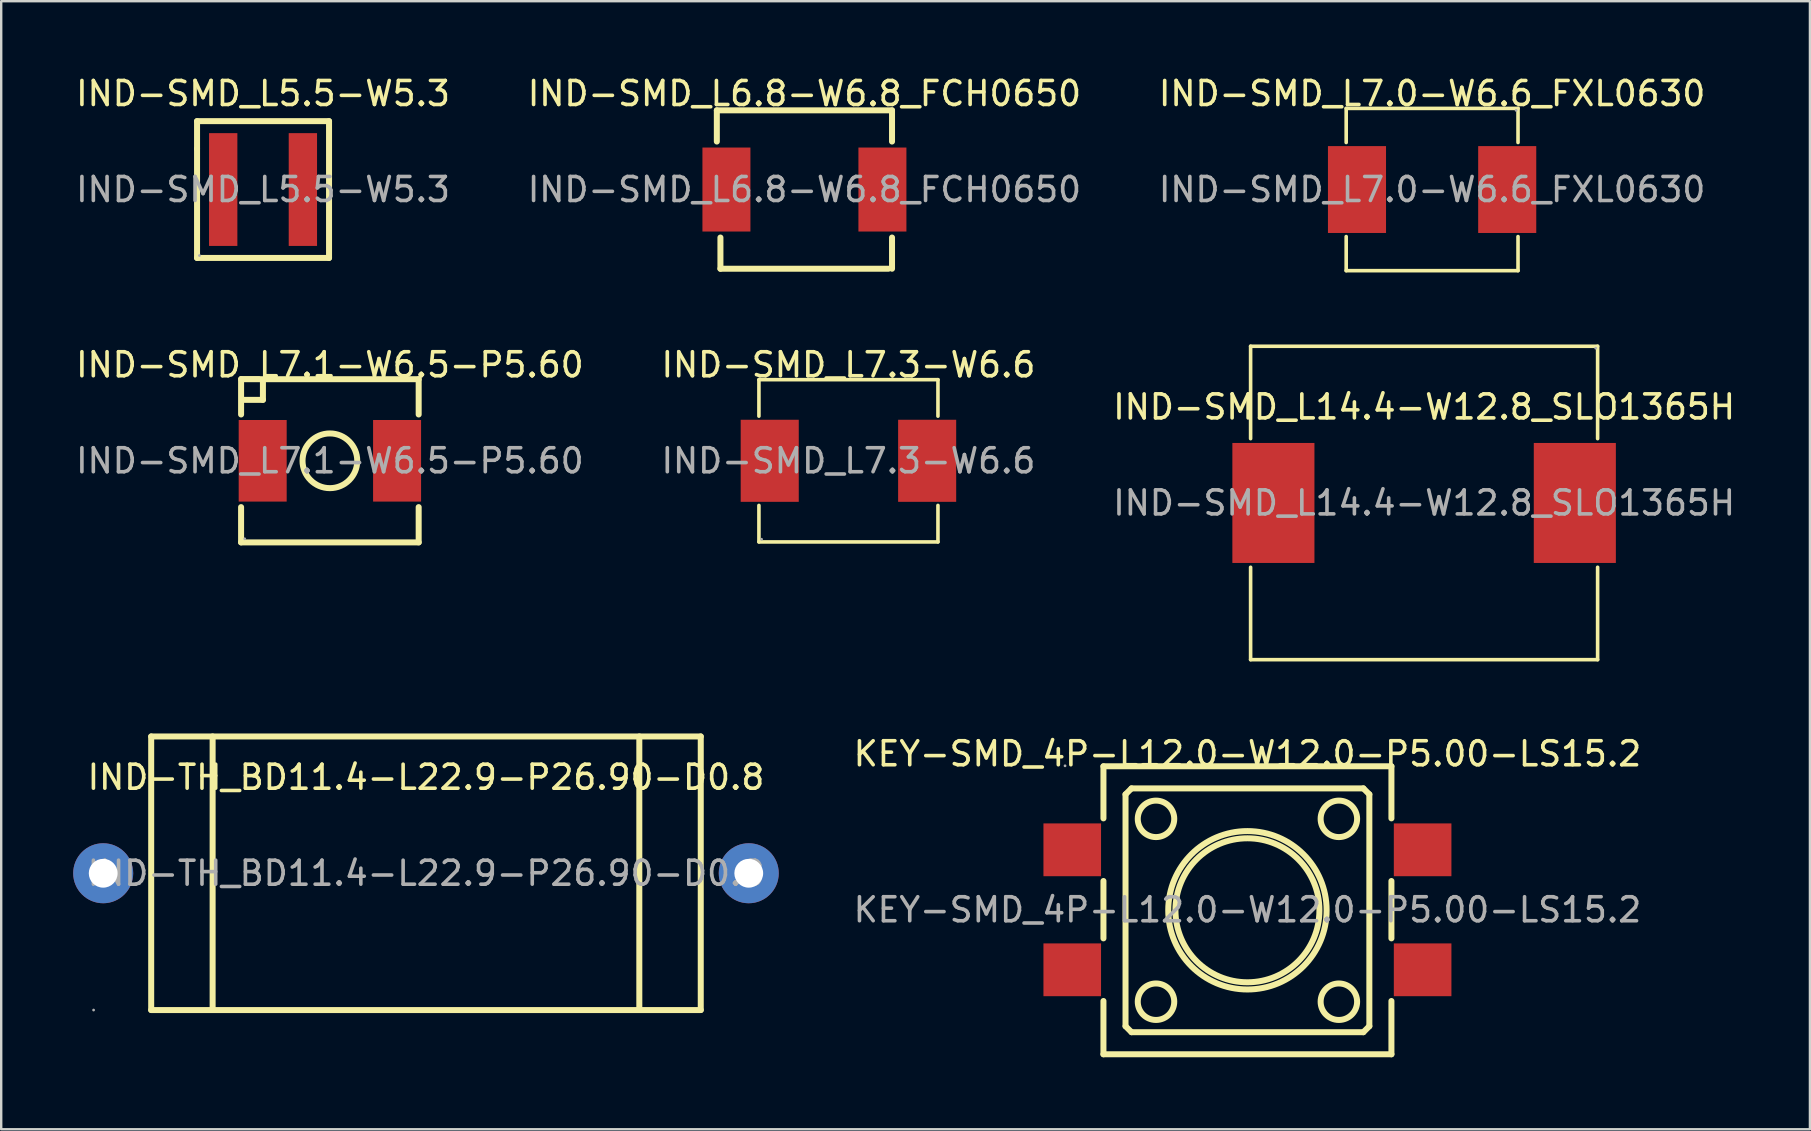
<source format=kicad_pcb>
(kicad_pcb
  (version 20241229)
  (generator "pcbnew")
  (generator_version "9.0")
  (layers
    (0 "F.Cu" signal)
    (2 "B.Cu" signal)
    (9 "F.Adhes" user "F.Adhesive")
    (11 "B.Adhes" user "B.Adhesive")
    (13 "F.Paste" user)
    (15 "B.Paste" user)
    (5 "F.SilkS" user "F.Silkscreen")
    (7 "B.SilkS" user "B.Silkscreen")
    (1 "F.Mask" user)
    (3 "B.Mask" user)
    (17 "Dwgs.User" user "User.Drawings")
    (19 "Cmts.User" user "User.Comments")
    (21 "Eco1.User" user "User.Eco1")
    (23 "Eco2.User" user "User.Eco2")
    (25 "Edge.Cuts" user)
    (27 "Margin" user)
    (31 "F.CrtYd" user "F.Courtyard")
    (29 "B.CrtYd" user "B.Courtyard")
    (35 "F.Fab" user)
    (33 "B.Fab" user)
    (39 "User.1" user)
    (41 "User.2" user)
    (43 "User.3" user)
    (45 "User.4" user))
  (footprint "KEY-SMD_4P-L12.0-W12.0-P5.00-LS15.2"
    (layer "F.Cu")
    (at 48.93 34.861)
    (property "Reference" "KEY-SMD_4P-L12.0-W12.0-P5.00-LS15.2" (at 0 -6.5 0) (layer "F.SilkS") (effects (font (size 1 1) (thickness 0.15))))
    (attr smd)
    (fp_line (start -6 -5.98) (end -6 -3.81) (stroke (width 0.25) (type solid)) (layer "F.SilkS"))
    (fp_line (start -6 -5.98) (end 6 -5.98) (stroke (width 0.25) (type solid)) (layer "F.SilkS"))
    (fp_line (start -6 -1.2) (end -6 1.19) (stroke (width 0.25) (type solid)) (layer "F.SilkS"))
    (fp_line (start -6 3.8) (end -6 6.02) (stroke (width 0.25) (type solid)) (layer "F.SilkS"))
    (fp_line (start -5.08 -4.81) (end -4.83 -5.06) (stroke (width 0.25) (type solid)) (layer "F.SilkS"))
    (fp_line (start -5.08 4.85) (end -5.08 -4.81) (stroke (width 0.25) (type solid)) (layer "F.SilkS"))
    (fp_line (start -4.83 -5.06) (end 4.83 -5.06) (stroke (width 0.25) (type solid)) (layer "F.SilkS"))
    (fp_line (start -4.83 5.1) (end -5.08 4.85) (stroke (width 0.25) (type solid)) (layer "F.SilkS"))
    (fp_line (start 4.83 -5.06) (end 5.08 -4.81) (stroke (width 0.25) (type solid)) (layer "F.SilkS"))
    (fp_line (start 4.83 5.1) (end -4.83 5.1) (stroke (width 0.25) (type solid)) (layer "F.SilkS"))
    (fp_line (start 5.08 -4.81) (end 5.08 4.85) (stroke (width 0.25) (type solid)) (layer "F.SilkS"))
    (fp_line (start 5.08 4.85) (end 4.83 5.1) (stroke (width 0.25) (type solid)) (layer "F.SilkS"))
    (fp_line (start 6 -5.98) (end 6 -3.81) (stroke (width 0.25) (type solid)) (layer "F.SilkS"))
    (fp_line (start 6 -1.2) (end 6 1.19) (stroke (width 0.25) (type solid)) (layer "F.SilkS"))
    (fp_line (start 6 3.8) (end 6 6.02) (stroke (width 0.25) (type solid)) (layer "F.SilkS"))
    (fp_line (start 6 6.02) (end -6 6.02) (stroke (width 0.25) (type solid)) (layer "F.SilkS"))
    (fp_circle (center -3.81 -3.79) (end -3.05 -3.79) (stroke (width 0.25) (type solid)) (fill no) (layer "F.SilkS"))
    (fp_circle (center -3.81 3.83) (end -3.05 3.83) (stroke (width 0.25) (type solid)) (fill no) (layer "F.SilkS"))
    (fp_circle (center 0 0.02) (end 3 0.02) (stroke (width 0.25) (type solid)) (fill no) (layer "F.SilkS"))
    (fp_circle (center 0 0.02) (end 3.3 0.02) (stroke (width 0.25) (type solid)) (fill no) (layer "F.SilkS"))
    (fp_circle (center 3.81 -3.79) (end 4.57 -3.79) (stroke (width 0.25) (type solid)) (fill no) (layer "F.SilkS"))
    (fp_circle (center 3.81 3.83) (end 4.57 3.83) (stroke (width 0.25) (type solid)) (fill no) (layer "F.SilkS"))
    (fp_circle (center -7.6 -6) (end -7.57 -6) (stroke (width 0.06) (type solid)) (fill no) (layer "F.Fab"))
    (fp_text user "${REFERENCE}" (at 0 0 0) (layer "F.Fab") (effects (font (size 1 1) (thickness 0.15))))
    (pad "1" smd rect (at -7.3 -2.5) (size 2.4 2.2) (layers "F.Cu" "F.Mask" "F.Paste"))
    (pad "2" smd rect (at 7.3 -2.5) (size 2.4 2.2) (layers "F.Cu" "F.Mask" "F.Paste"))
    (pad "3" smd rect (at -7.3 2.5) (size 2.4 2.2) (layers "F.Cu" "F.Mask" "F.Paste"))
    (pad "4" smd rect (at 7.3 2.5) (size 2.4 2.2) (layers "F.Cu" "F.Mask" "F.Paste")))
  (footprint "IND-SMD_L7.3-W6.6"
    (layer "F.Cu")
    (at 32.304 16.151)
    (property "Reference" "IND-SMD_L7.3-W6.6" (at 0 -4 0) (layer "F.SilkS") (effects (font (size 1 1) (thickness 0.15))))
    (attr smd)
    (fp_line (start -3.73 -3.38) (end 3.73 -3.38) (stroke (width 0.15) (type solid)) (layer "F.SilkS"))
    (fp_line (start -3.73 -1.86) (end -3.73 -3.38) (stroke (width 0.15) (type solid)) (layer "F.SilkS"))
    (fp_line (start -3.73 1.86) (end -3.73 3.38) (stroke (width 0.15) (type solid)) (layer "F.SilkS"))
    (fp_line (start -3.73 3.38) (end 3.73 3.38) (stroke (width 0.15) (type solid)) (layer "F.SilkS"))
    (fp_line (start 3.73 -3.38) (end 3.73 -1.86) (stroke (width 0.15) (type solid)) (layer "F.SilkS"))
    (fp_line (start 3.73 3.38) (end 3.73 1.86) (stroke (width 0.15) (type solid)) (layer "F.SilkS"))
    (fp_circle (center -3.62 3.27) (end -3.59 3.27) (stroke (width 0.06) (type solid)) (fill no) (layer "F.Fab"))
    (fp_text user "${REFERENCE}" (at 0 0 0) (layer "F.Fab") (effects (font (size 1 1) (thickness 0.15))))
    (pad "1" smd rect (at 3.28 0) (size 2.42 3.42) (layers "F.Cu" "F.Mask" "F.Paste"))
    (pad "2" smd rect (at -3.28 0) (size 2.42 3.42) (layers "F.Cu" "F.Mask" "F.Paste")))
  (footprint "IND-SMD_L14.4-W12.8_SLO1365H"
    (layer "F.Cu")
    (at 56.292 17.908)
    (property "Reference" "IND-SMD_L14.4-W12.8_SLO1365H" (at 0 -4 0) (layer "F.SilkS") (effects (font (size 1 1) (thickness 0.15))))
    (attr smd)
    (fp_line (start -7.23 -6.53) (end 7.23 -6.53) (stroke (width 0.15) (type solid)) (layer "F.SilkS"))
    (fp_line (start -7.23 -2.68) (end -7.23 -6.53) (stroke (width 0.15) (type solid)) (layer "F.SilkS"))
    (fp_line (start -7.23 6.53) (end -7.23 2.68) (stroke (width 0.15) (type solid)) (layer "F.SilkS"))
    (fp_line (start -7.23 6.53) (end 7.23 6.53) (stroke (width 0.15) (type solid)) (layer "F.SilkS"))
    (fp_line (start 7.23 -6.53) (end 7.23 -2.68) (stroke (width 0.15) (type solid)) (layer "F.SilkS"))
    (fp_line (start 7.23 2.68) (end 7.23 6.53) (stroke (width 0.15) (type solid)) (layer "F.SilkS"))
    (fp_circle (center 7.15 -6.45) (end 7.18 -6.45) (stroke (width 0.06) (type solid)) (fill no) (layer "F.Fab"))
    (fp_text user "${REFERENCE}" (at 0 0 0) (layer "F.Fab") (effects (font (size 1 1) (thickness 0.15))))
    (pad "1" smd rect (at 6.28 0) (size 3.42 5) (layers "F.Cu" "F.Mask" "F.Paste"))
    (pad "2" smd rect (at -6.28 0) (size 3.42 5) (layers "F.Cu" "F.Mask" "F.Paste")))
  (footprint "IND-SMD_L7.0-W6.6_FXL0630"
    (layer "F.Cu")
    (at 56.625 4.848)
    (property "Reference" "IND-SMD_L7.0-W6.6_FXL0630" (at 0 -4 0) (layer "F.SilkS") (effects (font (size 1 1) (thickness 0.15))))
    (attr smd)
    (fp_line (start -3.58 -3.38) (end 3.58 -3.38) (stroke (width 0.15) (type solid)) (layer "F.SilkS"))
    (fp_line (start -3.58 -1.96) (end -3.58 -3.38) (stroke (width 0.15) (type solid)) (layer "F.SilkS"))
    (fp_line (start -3.58 1.96) (end -3.58 3.38) (stroke (width 0.15) (type solid)) (layer "F.SilkS"))
    (fp_line (start -3.58 3.38) (end 3.58 3.38) (stroke (width 0.15) (type solid)) (layer "F.SilkS"))
    (fp_line (start 3.58 -3.38) (end 3.58 -1.96) (stroke (width 0.15) (type solid)) (layer "F.SilkS"))
    (fp_line (start 3.58 3.38) (end 3.58 1.96) (stroke (width 0.15) (type solid)) (layer "F.SilkS"))
    (fp_circle (center 3.5 -3.3) (end 3.53 -3.3) (stroke (width 0.06) (type solid)) (fill no) (layer "F.Fab"))
    (fp_text user "${REFERENCE}" (at 0 0 0) (layer "F.Fab") (effects (font (size 1 1) (thickness 0.15))))
    (pad "1" smd rect (at 3.13 0) (size 2.42 3.62) (layers "F.Cu" "F.Mask" "F.Paste"))
    (pad "2" smd rect (at -3.13 0) (size 2.42 3.62) (layers "F.Cu" "F.Mask" "F.Paste")))
  (footprint "IND-SMD_L5.5-W5.3"
    (layer "F.Cu")
    (at 7.911 4.848)
    (property "Reference" "IND-SMD_L5.5-W5.3" (at 0 -4 0) (layer "F.SilkS") (effects (font (size 1 1) (thickness 0.15))))
    (attr smd)
    (fp_line (start -2.75 -2.85) (end -2.75 -1.7) (stroke (width 0.25) (type solid)) (layer "F.SilkS"))
    (fp_line (start -2.75 -1.7) (end -2.75 2.85) (stroke (width 0.25) (type solid)) (layer "F.SilkS"))
    (fp_line (start -2.75 2.85) (end 2.75 2.85) (stroke (width 0.25) (type solid)) (layer "F.SilkS"))
    (fp_line (start 2.75 -2.85) (end -2.75 -2.85) (stroke (width 0.25) (type solid)) (layer "F.SilkS"))
    (fp_line (start 2.75 2.85) (end 2.75 -2.85) (stroke (width 0.25) (type solid)) (layer "F.SilkS"))
    (fp_circle (center -2.65 2.75) (end -2.62 2.75) (stroke (width 0.06) (type solid)) (fill no) (layer "F.Fab"))
    (fp_text user "${REFERENCE}" (at 0 0 0) (layer "F.Fab") (effects (font (size 1 1) (thickness 0.15))))
    (pad "1" smd rect (at -1.66 0) (size 1.18 4.7) (layers "F.Cu" "F.Mask" "F.Paste"))
    (pad "2" smd rect (at 1.66 0) (size 1.18 4.7) (layers "F.Cu" "F.Mask" "F.Paste")))
  (footprint "IND-TH_BD11.4-L22.9-P26.90-D0.8"
    (layer "F.Cu")
    (at 14.7 33.338)
    (property "Reference" "IND-TH_BD11.4-L22.9-P26.90-D0.8" (at 0 -4 0) (layer "F.SilkS") (effects (font (size 1 1) (thickness 0.15))))
    (attr through_hole)
    (fp_line (start -11.45 -5.7) (end 11.45 -5.7) (stroke (width 0.25) (type solid)) (layer "F.SilkS"))
    (fp_line (start -11.45 5.7) (end -11.45 -5.7) (stroke (width 0.25) (type solid)) (layer "F.SilkS"))
    (fp_line (start -8.89 5.7) (end -8.89 -5.7) (stroke (width 0.25) (type solid)) (layer "F.SilkS"))
    (fp_line (start 8.89 5.7) (end 8.89 -5.7) (stroke (width 0.25) (type solid)) (layer "F.SilkS"))
    (fp_line (start 11.45 -5.7) (end 11.45 5.7) (stroke (width 0.25) (type solid)) (layer "F.SilkS"))
    (fp_line (start 11.45 5.7) (end -11.45 5.7) (stroke (width 0.25) (type solid)) (layer "F.SilkS"))
    (fp_circle (center -13.85 5.7) (end -13.82 5.7) (stroke (width 0.06) (type solid)) (fill no) (layer "F.Fab"))
    (fp_circle (center -13.45 0) (end -13.25 0) (stroke (width 0.4) (type solid)) (fill no) (layer "F.Fab"))
    (fp_circle (center 13.45 0) (end 13.65 0) (stroke (width 0.4) (type solid)) (fill no) (layer "F.Fab"))
    (fp_text user "${REFERENCE}" (at 0 0 0) (layer "F.Fab") (effects (font (size 1 1) (thickness 0.15))))
    (pad "1" thru_hole circle (at -13.45 0) (size 2.5 2.5) (drill 1.2) (layers "*.Cu" "*.Mask"))
    (pad "2" thru_hole circle (at 13.45 0) (size 2.5 2.5) (drill 1.2) (layers "*.Cu" "*.Mask")))
  (footprint "IND-SMD_L6.8-W6.8_FCH0650"
    (layer "F.Cu")
    (at 30.47 4.848)
    (property "Reference" "IND-SMD_L6.8-W6.8_FCH0650" (at 0 -4 0) (layer "F.SilkS") (effects (font (size 1 1) (thickness 0.15))))
    (attr smd)
    (fp_line (start -3.65 -3.3) (end 3.65 -3.3) (stroke (width 0.25) (type solid)) (layer "F.SilkS"))
    (fp_line (start -3.65 -2) (end -3.65 -3.3) (stroke (width 0.25) (type solid)) (layer "F.SilkS"))
    (fp_line (start -3.5 3.3) (end -3.5 2) (stroke (width 0.25) (type solid)) (layer "F.SilkS"))
    (fp_line (start -3.5 3.3) (end 3.5 3.3) (stroke (width 0.25) (type solid)) (layer "F.SilkS"))
    (fp_line (start 3.65 -3.3) (end 3.65 -2) (stroke (width 0.25) (type solid)) (layer "F.SilkS"))
    (fp_line (start 3.65 2) (end 3.65 3.3) (stroke (width 0.25) (type solid)) (layer "F.SilkS"))
    (fp_text user "${REFERENCE}" (at 0 0 0) (layer "F.Fab") (effects (font (size 1 1) (thickness 0.15))))
    (pad "1" smd rect (at -3.25 0) (size 2 3.5) (layers "F.Cu" "F.Mask" "F.Paste"))
    (pad "2" smd rect (at 3.25 0) (size 2 3.5) (layers "F.Cu" "F.Mask" "F.Paste")))
  (footprint "IND-SMD_L7.1-W6.5-P5.60"
    (layer "F.Cu")
    (at 10.696 16.151)
    (property "Reference" "IND-SMD_L7.1-W6.5-P5.60" (at 0 -4 0) (layer "F.SilkS") (effects (font (size 1 1) (thickness 0.15))))
    (attr smd)
    (fp_line (start -3.7 -3.4) (end -3.7 -1.93) (stroke (width 0.25) (type solid)) (layer "F.SilkS"))
    (fp_line (start -3.7 -3.4) (end 3.7 -3.4) (stroke (width 0.25) (type solid)) (layer "F.SilkS"))
    (fp_line (start -3.7 1.93) (end -3.7 3.4) (stroke (width 0.25) (type solid)) (layer "F.SilkS"))
    (fp_line (start -2.79 -3.3) (end -2.79 -2.54) (stroke (width 0.25) (type solid)) (layer "F.SilkS"))
    (fp_line (start -2.79 -2.54) (end -3.56 -2.54) (stroke (width 0.25) (type solid)) (layer "F.SilkS"))
    (fp_line (start 3.7 -3.4) (end 3.7 -1.93) (stroke (width 0.25) (type solid)) (layer "F.SilkS"))
    (fp_line (start 3.7 1.93) (end 3.7 3.4) (stroke (width 0.25) (type solid)) (layer "F.SilkS"))
    (fp_line (start 3.7 3.4) (end -3.7 3.4) (stroke (width 0.25) (type solid)) (layer "F.SilkS"))
    (fp_circle (center 0 0) (end 1.14 0) (stroke (width 0.25) (type solid)) (fill no) (layer "F.SilkS"))
    (fp_circle (center -3.55 3.25) (end -3.52 3.25) (stroke (width 0.06) (type solid)) (fill no) (layer "F.Fab"))
    (fp_text user "${REFERENCE}" (at 0 0 0) (layer "F.Fab") (effects (font (size 1 1) (thickness 0.15))))
    (pad "1" smd rect (at -2.8 0) (size 2 3.4) (layers "F.Cu" "F.Mask" "F.Paste"))
    (pad "2" smd rect (at 2.8 0) (size 2 3.4) (layers "F.Cu" "F.Mask" "F.Paste")))
  (gr_rect
    (start -3 -3)
    (end 72.369 44.007)
    (stroke (width 0.1) (type default))
    (fill no)
    (layer "Edge.Cuts")))
</source>
